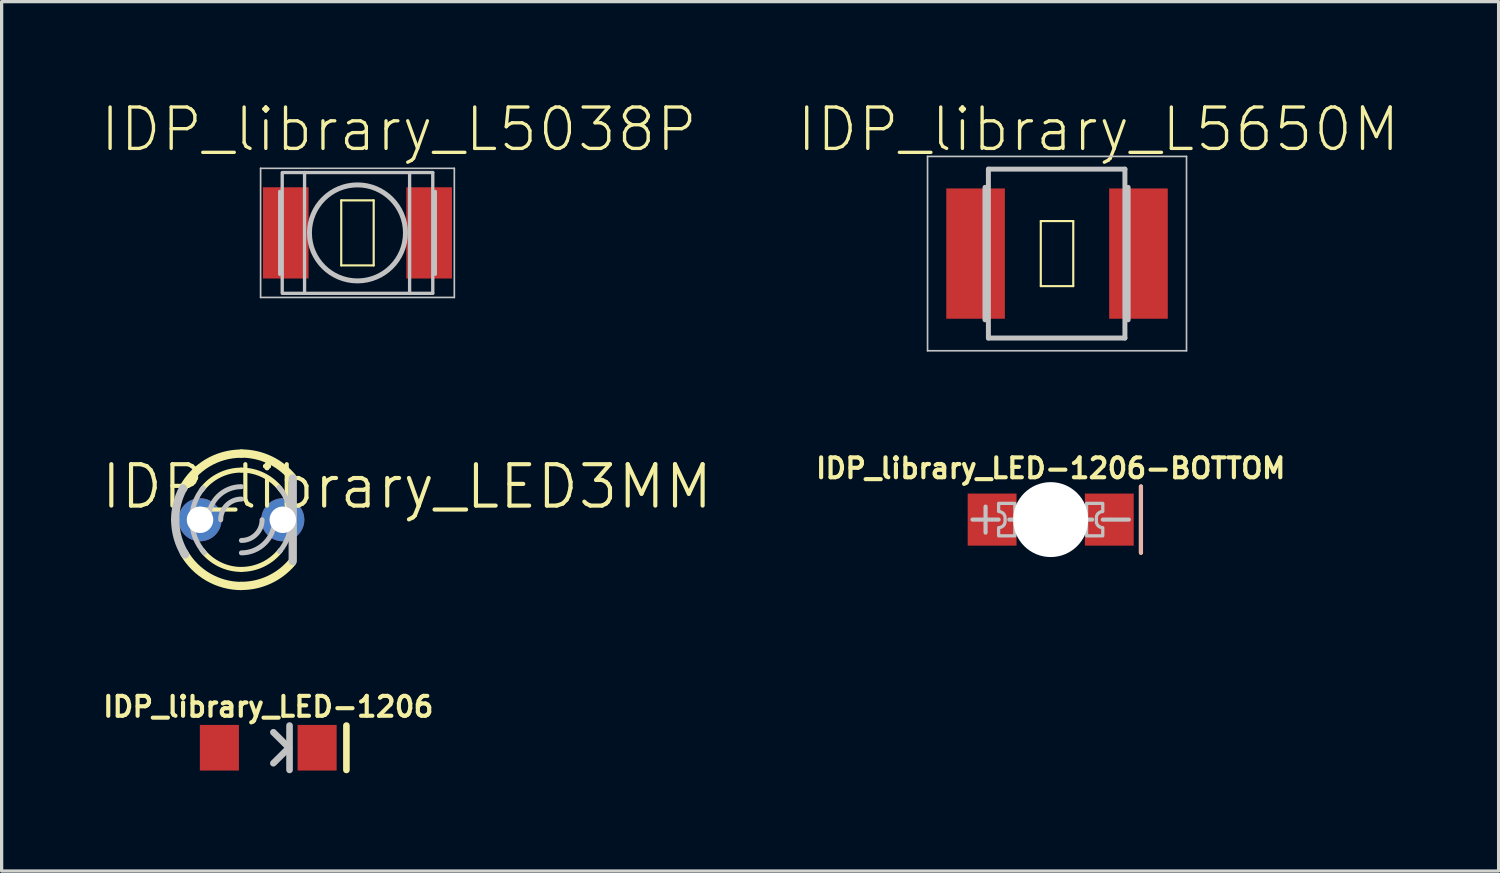
<source format=kicad_pcb>
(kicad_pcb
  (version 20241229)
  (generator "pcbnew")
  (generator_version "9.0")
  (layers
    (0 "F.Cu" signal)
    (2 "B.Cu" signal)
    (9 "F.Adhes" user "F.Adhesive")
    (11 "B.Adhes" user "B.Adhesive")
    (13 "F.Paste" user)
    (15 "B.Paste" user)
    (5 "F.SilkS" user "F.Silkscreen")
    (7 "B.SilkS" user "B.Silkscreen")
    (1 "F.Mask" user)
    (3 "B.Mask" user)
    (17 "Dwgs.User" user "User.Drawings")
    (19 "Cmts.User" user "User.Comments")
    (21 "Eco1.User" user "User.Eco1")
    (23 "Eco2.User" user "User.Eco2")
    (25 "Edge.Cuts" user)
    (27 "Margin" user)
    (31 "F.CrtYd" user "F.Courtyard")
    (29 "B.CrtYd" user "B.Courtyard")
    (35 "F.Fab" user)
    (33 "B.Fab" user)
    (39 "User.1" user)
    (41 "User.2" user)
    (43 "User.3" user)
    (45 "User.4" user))
  (footprint "IDP_library_L5038P"
    (layer "F.Cu")
    (at 7.918 4.096)
    (property "Reference" "IDP_library_L5038P" (at 1.27 -3.175 0) (layer "F.SilkS") (effects (font (size 1.27 1.27) (thickness 0.102))))
    (attr smd)
    (fp_line (start -0.498 -0.998) (end 0.498 -0.998) (stroke (width 0.066) (type solid)) (layer "F.SilkS"))
    (fp_line (start -0.498 0.998) (end -0.498 -0.998) (stroke (width 0.066) (type solid)) (layer "F.SilkS"))
    (fp_line (start -0.498 0.998) (end 0.498 0.998) (stroke (width 0.066) (type solid)) (layer "F.SilkS"))
    (fp_line (start 0.498 0.998) (end 0.498 -0.998) (stroke (width 0.066) (type solid)) (layer "F.SilkS"))
    (fp_line (start -2.972 -1.981) (end 2.972 -1.981) (stroke (width 0.051) (type solid)) (layer "Dwgs.User"))
    (fp_line (start -2.972 1.981) (end -2.972 -1.981) (stroke (width 0.051) (type solid)) (layer "Dwgs.User"))
    (fp_line (start -2.385 1.27) (end -2.385 -1.27) (stroke (width 0.102) (type solid)) (layer "Dwgs.User"))
    (fp_line (start -2.309 1.852) (end -2.309 -1.852) (stroke (width 0.102) (type solid)) (layer "Dwgs.User"))
    (fp_line (start -2.286 -1.852) (end 2.309 -1.852) (stroke (width 0.102) (type solid)) (layer "Dwgs.User"))
    (fp_line (start -2.286 1.854) (end 2.309 1.854) (stroke (width 0.102) (type solid)) (layer "Dwgs.User"))
    (fp_line (start -1.623 1.852) (end -1.623 -1.852) (stroke (width 0.102) (type solid)) (layer "Dwgs.User"))
    (fp_line (start 1.6 1.852) (end 1.6 -1.852) (stroke (width 0.102) (type solid)) (layer "Dwgs.User"))
    (fp_line (start 2.311 1.852) (end 2.311 -1.852) (stroke (width 0.102) (type solid)) (layer "Dwgs.User"))
    (fp_line (start 2.388 1.27) (end 2.388 -1.27) (stroke (width 0.102) (type solid)) (layer "Dwgs.User"))
    (fp_line (start 2.972 -1.981) (end 2.972 1.981) (stroke (width 0.051) (type solid)) (layer "Dwgs.User"))
    (fp_line (start 2.972 1.981) (end -2.972 1.981) (stroke (width 0.051) (type solid)) (layer "Dwgs.User"))
    (fp_circle (center 0 0) (end 0 -1.473) (stroke (width 0.152) (type solid)) (fill no) (layer "Dwgs.User"))
    (pad "1" smd rect (at -2.2 0) (size 1.4 2.799) (layers "F.Cu" "F.Mask" "F.Paste"))
    (pad "2" smd rect (at 2.2 0) (size 1.4 2.799) (layers "F.Cu" "F.Mask" "F.Paste")))
  (footprint "IDP_library_LED3MM"
    (layer "F.Cu")
    (at 4.357 12.898)
    (property "Reference" "IDP_library_LED3MM" (at 5.08 -1.016 0) (layer "F.SilkS") (effects (font (size 1.27 1.27) (thickness 0.127))))
    (attr exclude_from_pos_files exclude_from_bom)
    (fp_arc (start -1.7907 -0.95504) (mid -1.044567 -1.739997) (end -0.000975 -2.02946) (stroke (width 0.254) (type solid)) (layer "F.SilkS"))
    (fp_arc (start -1.2192 -0.9144) (mid -0.681912 -1.362928) (end -0.000801 -1.524) (stroke (width 0.1524) (type solid)) (layer "F.SilkS"))
    (fp_arc (start 0 -2.032) (mid 0.860367 -1.840867) (end 1.55888 -1.303426) (stroke (width 0.254) (type solid)) (layer "F.SilkS"))
    (fp_arc (start 0 -1.524) (mid 0.696618 -1.35547) (end 1.239166 -0.887155) (stroke (width 0.1524) (type solid)) (layer "F.SilkS"))
    (fp_arc (start 0 1.524) (mid -0.669273 1.369179) (end -1.202564 0.936171) (stroke (width 0.1524) (type solid)) (layer "F.SilkS"))
    (fp_arc (start 0 2.032) (mid -1.01907 1.757988) (end -1.763299 1.009851) (stroke (width 0.254) (type solid)) (layer "F.SilkS"))
    (fp_arc (start 1.20142 0.93472) (mid 0.668882 1.367373) (end 0.000442 1.522206) (stroke (width 0.1524) (type solid)) (layer "F.SilkS"))
    (fp_arc (start 1.5494 1.31064) (mid 0.855154 1.840416) (end 0.002552 2.029387) (stroke (width 0.254) (type solid)) (layer "F.SilkS"))
    (fp_line (start 1.575 1.27) (end 1.575 -1.27) (stroke (width 0.254) (type solid)) (layer "Dwgs.User"))
    (fp_arc (start -2.032 0) (mid -1.970347 -0.496745) (end -1.78913 -0.963347) (stroke (width 0.254) (type solid)) (layer "Dwgs.User"))
    (fp_arc (start -1.72974 1.06426) (mid -1.954164 0.553076) (end -2.030923 0.0001) (stroke (width 0.254) (type solid)) (layer "Dwgs.User"))
    (fp_arc (start -1.524 0) (mid -1.432999 -0.518738) (end -1.170864 -0.975527) (stroke (width 0.1524) (type solid)) (layer "Dwgs.User"))
    (fp_arc (start -1.13792 1.01092) (mid -1.422742 0.540951) (end -1.522111 0.000469) (stroke (width 0.1524) (type solid)) (layer "Dwgs.User"))
    (fp_arc (start -1.016 0) (mid -0.71842 -0.71842) (end 0 -1.016) (stroke (width 0.1524) (type solid)) (layer "Dwgs.User"))
    (fp_arc (start -0.635 0) (mid -0.449013 -0.449013) (end 0 -0.635) (stroke (width 0.1524) (type solid)) (layer "Dwgs.User"))
    (fp_arc (start 0.635 0) (mid 0.449013 0.449013) (end 0 0.635) (stroke (width 0.1524) (type solid)) (layer "Dwgs.User"))
    (fp_arc (start 1.016 0) (mid 0.71842 0.71842) (end 0 1.016) (stroke (width 0.1524) (type solid)) (layer "Dwgs.User"))
    (fp_arc (start 1.1557 -0.9906) (mid 1.427593 -0.528119) (end 1.522147 -0.000034) (stroke (width 0.1524) (type solid)) (layer "Dwgs.User"))
    (fp_arc (start 1.524 0) (mid 1.432999 0.518738) (end 1.170864 0.975527) (stroke (width 0.1524) (type solid)) (layer "Dwgs.User"))
    (pad "A" thru_hole circle (at -1.27 0) (size 1.321 1.321) (drill 0.813) (layers "*.Cu" "*.Paste" "*.Mask"))
    (pad "K" thru_hole circle (at 1.27 0) (size 1.321 1.321) (drill 0.813) (layers "*.Cu" "*.Paste" "*.Mask")))
  (footprint "IDP_library_L5650M"
    (layer "F.Cu")
    (at 29.383 4.731)
    (property "Reference" "IDP_library_L5650M" (at 1.27 -3.81 0) (layer "F.SilkS") (effects (font (size 1.27 1.27) (thickness 0.102))))
    (attr smd)
    (fp_line (start -0.498 -0.998) (end 0.498 -0.998) (stroke (width 0.066) (type solid)) (layer "F.SilkS"))
    (fp_line (start -0.498 0.998) (end -0.498 -0.998) (stroke (width 0.066) (type solid)) (layer "F.SilkS"))
    (fp_line (start -0.498 0.998) (end 0.498 0.998) (stroke (width 0.066) (type solid)) (layer "F.SilkS"))
    (fp_line (start 0.498 0.998) (end 0.498 -0.998) (stroke (width 0.066) (type solid)) (layer "F.SilkS"))
    (fp_line (start -3.973 -2.982) (end 3.973 -2.982) (stroke (width 0.051) (type solid)) (layer "Dwgs.User"))
    (fp_line (start -3.973 2.982) (end -3.973 -2.982) (stroke (width 0.051) (type solid)) (layer "Dwgs.User"))
    (fp_line (start -2.21 -2.032) (end -2.21 2.032) (stroke (width 0.152) (type solid)) (layer "Dwgs.User"))
    (fp_line (start -2.106 -2.591) (end -2.106 2.591) (stroke (width 0.152) (type solid)) (layer "Dwgs.User"))
    (fp_line (start -2.106 2.591) (end 2.083 2.591) (stroke (width 0.152) (type solid)) (layer "Dwgs.User"))
    (fp_line (start 2.083 -2.591) (end -2.106 -2.591) (stroke (width 0.152) (type solid)) (layer "Dwgs.User"))
    (fp_line (start 2.083 -2.591) (end 2.083 2.591) (stroke (width 0.152) (type solid)) (layer "Dwgs.User"))
    (fp_line (start 2.182 -2.032) (end 2.182 2.032) (stroke (width 0.152) (type solid)) (layer "Dwgs.User"))
    (fp_line (start 3.973 -2.982) (end 3.973 2.982) (stroke (width 0.051) (type solid)) (layer "Dwgs.User"))
    (fp_line (start 3.973 2.982) (end -3.973 2.982) (stroke (width 0.051) (type solid)) (layer "Dwgs.User"))
    (pad "1" smd rect (at -2.499 0) (size 1.798 3.998) (layers "F.Cu" "F.Mask" "F.Paste"))
    (pad "2" smd rect (at 2.499 0) (size 1.798 3.998) (layers "F.Cu" "F.Mask" "F.Paste")))
  (footprint "IDP_library_LED-1206"
    (layer "F.Cu")
    (at 5.181 19.893)
    (property "Reference" "IDP_library_LED-1206" (at 0 -1.257 0) (layer "F.SilkS") (effects (font (size 0.61 0.61) (thickness 0.127))))
    (attr smd)
    (fp_line (start 2.398 -0.681) (end 2.398 0.681) (stroke (width 0.203) (type solid)) (layer "F.SilkS"))
    (fp_line (start 0.635 0) (end 0.157 -0.475) (stroke (width 0.203) (type solid)) (layer "Dwgs.User"))
    (fp_line (start 0.635 0) (end 0.157 0.475) (stroke (width 0.203) (type solid)) (layer "Dwgs.User"))
    (fp_line (start 0.653 -0.681) (end 0.653 0.681) (stroke (width 0.203) (type solid)) (layer "Dwgs.User"))
    (pad "A" smd rect (at -1.499 0) (size 1.199 1.4) (layers "F.Cu" "F.Mask" "F.Paste"))
    (pad "C" smd rect (at 1.499 0) (size 1.199 1.4) (layers "F.Cu" "F.Mask" "F.Paste")))
  (footprint "IDP_library_LED-1206-BOTTOM"
    (layer "F.Cu")
    (at 29.189 12.893)
    (property "Reference" "IDP_library_LED-1206-BOTTOM" (at 0 -1.575 0) (layer "F.SilkS") (effects (font (size 0.61 0.61) (thickness 0.127))))
    (attr smd)
    (fp_line (start 2.769 -1.016) (end 2.769 1.016) (stroke (width 0.127) (type solid)) (layer "F.SilkS"))
    (fp_line (start 2.769 -1.016) (end 2.769 1.016) (stroke (width 0.127) (type solid)) (layer "B.SilkS"))
    (fp_line (start -2.398 0) (end -1.598 0) (stroke (width 0.127) (type solid)) (layer "Dwgs.User"))
    (fp_line (start -1.999 -0.399) (end -1.999 0.399) (stroke (width 0.127) (type solid)) (layer "Dwgs.User"))
    (fp_line (start -1.27 0) (end -0.381 0) (stroke (width 0.127) (type solid)) (layer "Dwgs.User"))
    (fp_line (start -0.749 -0.749) (end 0.749 -0.749) (stroke (width 0.066) (type solid)) (layer "Dwgs.User"))
    (fp_line (start -0.749 0.749) (end -0.749 -0.749) (stroke (width 0.066) (type solid)) (layer "Dwgs.User"))
    (fp_line (start -0.749 0.749) (end 0.749 0.749) (stroke (width 0.066) (type solid)) (layer "Dwgs.User"))
    (fp_line (start -0.381 -0.635) (end 0.254 0) (stroke (width 0.127) (type solid)) (layer "Dwgs.User"))
    (fp_line (start -0.381 0) (end -0.381 -0.635) (stroke (width 0.127) (type solid)) (layer "Dwgs.User"))
    (fp_line (start -0.381 0.635) (end -0.381 0) (stroke (width 0.127) (type solid)) (layer "Dwgs.User"))
    (fp_line (start 0.254 0) (end -0.381 0.635) (stroke (width 0.127) (type solid)) (layer "Dwgs.User"))
    (fp_line (start 0.254 0) (end 0.254 -0.635) (stroke (width 0.127) (type solid)) (layer "Dwgs.User"))
    (fp_line (start 0.254 0) (end 0.254 0.635) (stroke (width 0.127) (type solid)) (layer "Dwgs.User"))
    (fp_line (start 0.254 0) (end 1.27 0) (stroke (width 0.127) (type solid)) (layer "Dwgs.User"))
    (fp_line (start 0.749 0.749) (end 0.749 -0.749) (stroke (width 0.066) (type solid)) (layer "Dwgs.User"))
    (fp_line (start 1.598 0) (end 2.398 0) (stroke (width 0.127) (type solid)) (layer "Dwgs.User"))
    (fp_poly (pts (xy -1.1 -0.498) (xy -1.1 0.498) (xy -1.598 0.498) (xy -1.598 0.249) (xy -1.547 0.241) (xy -1.499 0.221) (xy -1.458 0.191) (xy -1.425 0.15) (xy -1.405 0.102) (xy -1.4 0.048) (xy -1.4 -0.048) (xy -1.405 -0.102) (xy -1.425 -0.15) (xy -1.458 -0.191) (xy -1.499 -0.221) (xy -1.547 -0.241) (xy -1.598 -0.249) (xy -1.598 -0.498) (xy -1.1 -0.498)) (stroke (width 0.1) (type solid)) (fill no) (layer "Dwgs.User"))
    (fp_poly (pts (xy 1.1 0.498) (xy 1.1 -0.498) (xy 1.598 -0.498) (xy 1.598 -0.249) (xy 1.547 -0.241) (xy 1.499 -0.221) (xy 1.458 -0.191) (xy 1.425 -0.15) (xy 1.405 -0.102) (xy 1.4 -0.048) (xy 1.4 0.048) (xy 1.405 0.102) (xy 1.425 0.15) (xy 1.458 0.191) (xy 1.499 0.221) (xy 1.547 0.241) (xy 1.598 0.249) (xy 1.598 0.498) (xy 1.1 0.498)) (stroke (width 0.1) (type solid)) (fill no) (layer "Dwgs.User"))
    (pad "" np_thru_hole circle (at 0 0) (size 2.299 2.299) (drill 2.299) (layers "*.Cu" "*.Mask"))
    (pad "A" smd rect (at -1.798 0) (size 1.499 1.598) (layers "F.Cu" "F.Mask" "F.Paste"))
    (pad "C" smd rect (at 1.798 0) (size 1.499 1.598) (layers "F.Cu" "F.Mask" "F.Paste")))
  (gr_rect
    (start -3 -3)
    (end 42.932 23.676)
    (stroke (width 0.1) (type default))
    (fill no)
    (layer "Edge.Cuts")))
</source>
